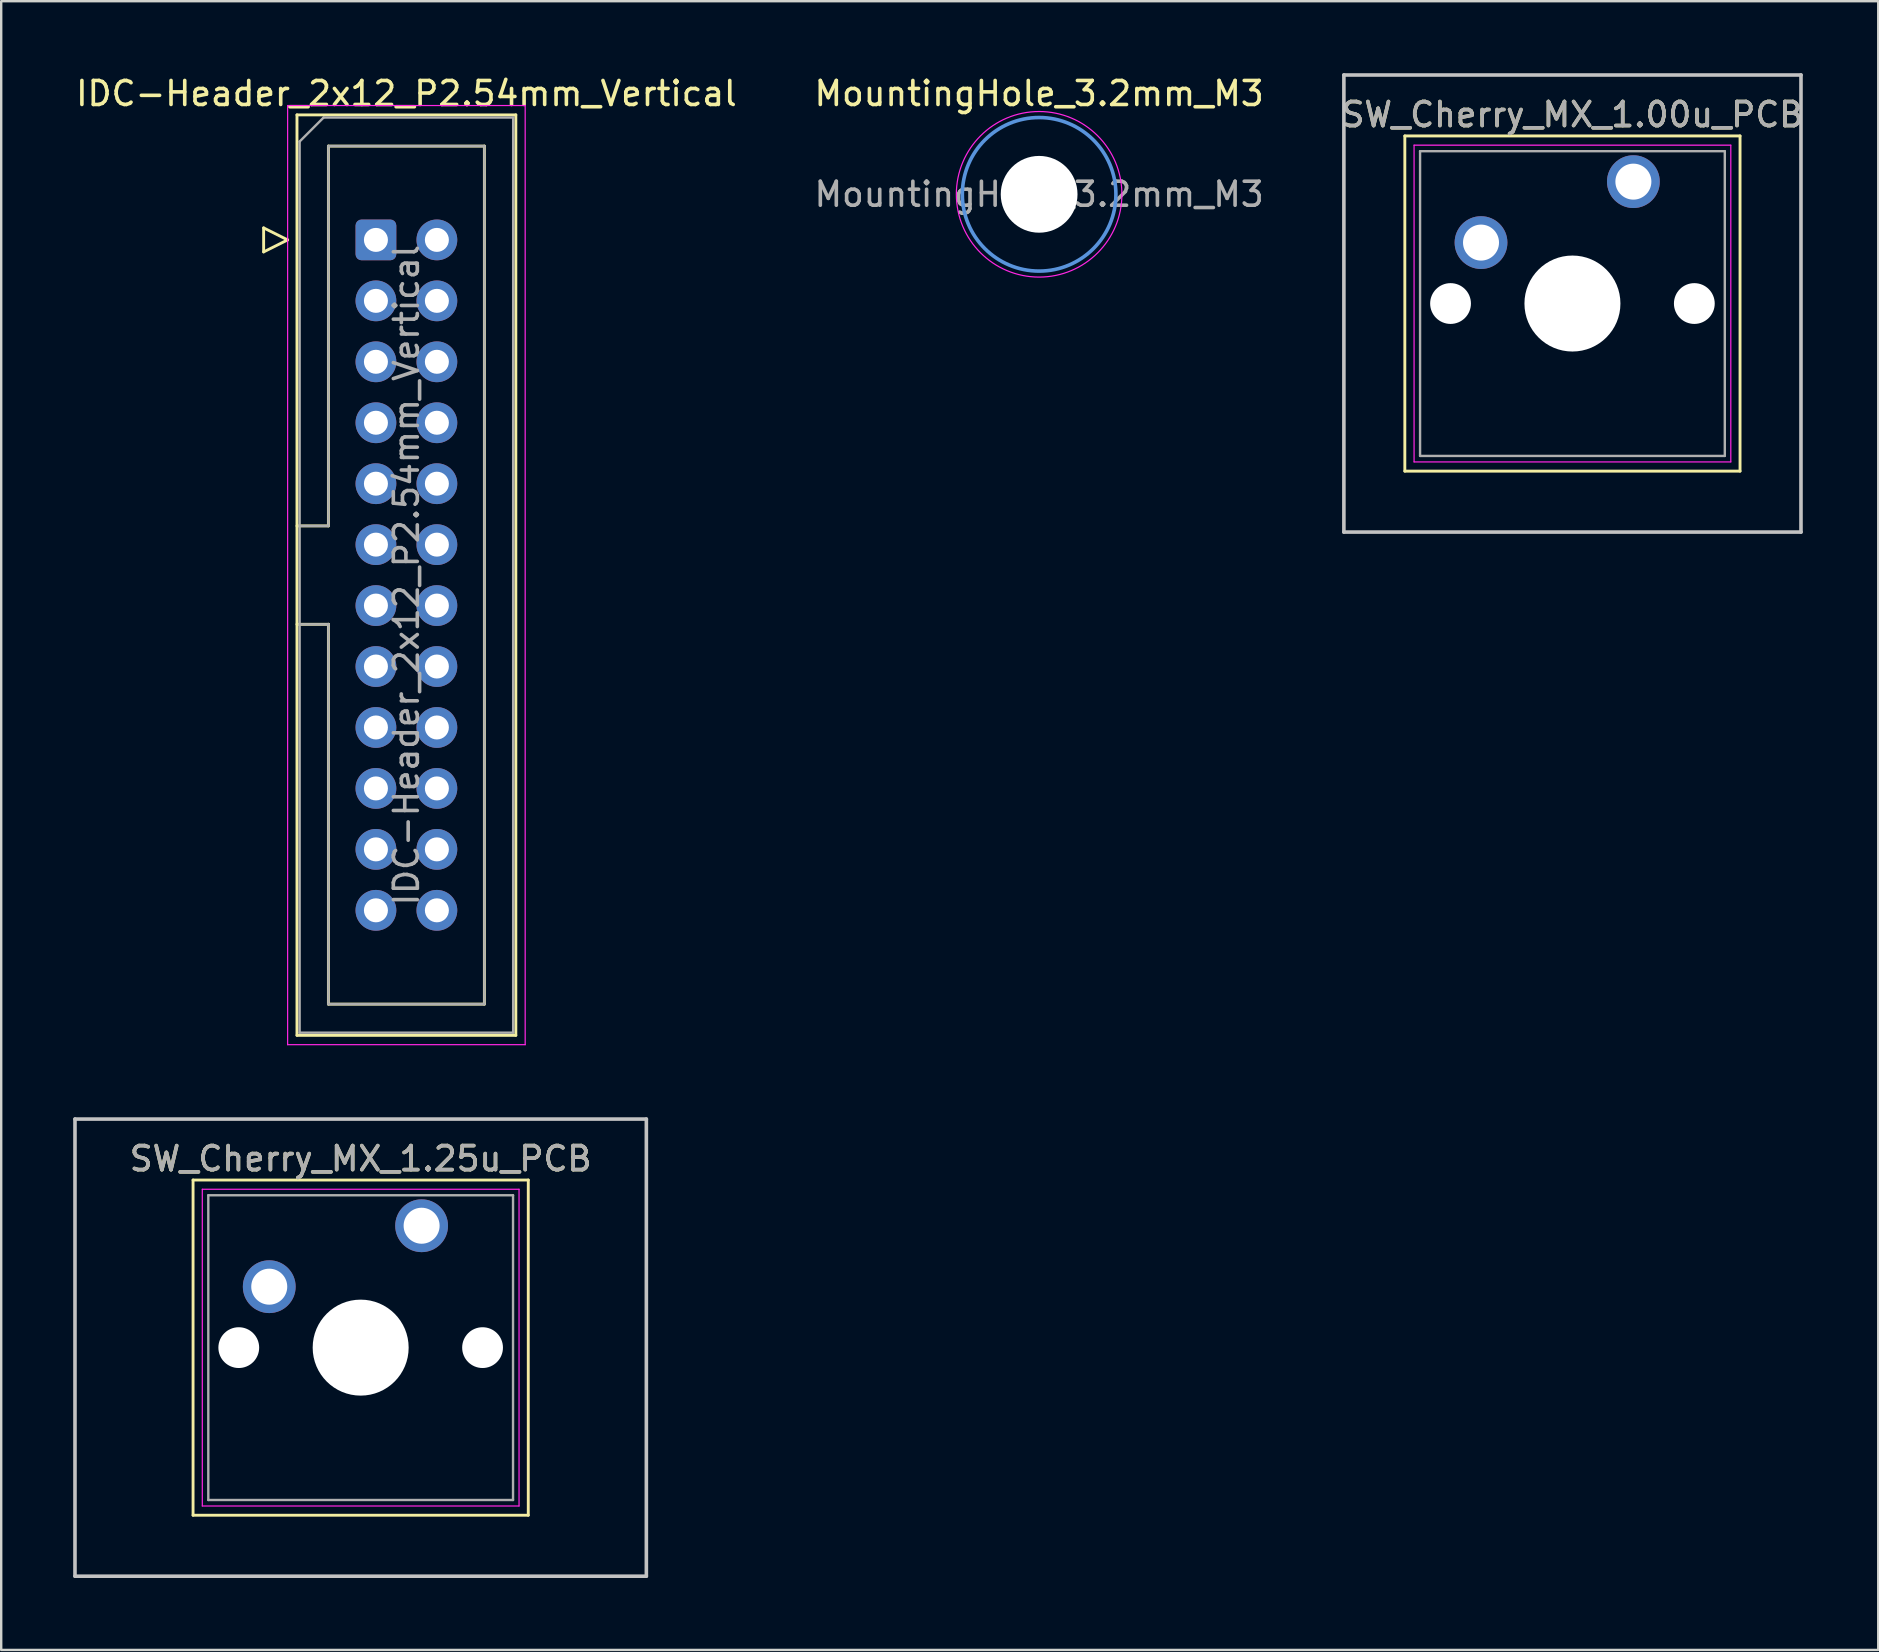
<source format=kicad_pcb>
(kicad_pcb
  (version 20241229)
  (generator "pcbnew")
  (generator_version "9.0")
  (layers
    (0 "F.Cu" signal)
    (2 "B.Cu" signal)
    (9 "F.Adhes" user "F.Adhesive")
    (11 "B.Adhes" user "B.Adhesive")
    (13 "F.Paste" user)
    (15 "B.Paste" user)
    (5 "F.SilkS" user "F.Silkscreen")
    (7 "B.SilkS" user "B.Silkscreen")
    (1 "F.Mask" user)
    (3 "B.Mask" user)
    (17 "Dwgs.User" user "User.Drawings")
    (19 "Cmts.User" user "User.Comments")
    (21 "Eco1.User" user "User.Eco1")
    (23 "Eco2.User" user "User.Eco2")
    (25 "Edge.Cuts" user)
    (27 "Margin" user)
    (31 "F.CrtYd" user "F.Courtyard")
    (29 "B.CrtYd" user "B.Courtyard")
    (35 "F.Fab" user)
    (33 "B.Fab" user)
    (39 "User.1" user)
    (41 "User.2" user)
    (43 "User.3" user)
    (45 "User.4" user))
  (footprint "IDC-Header_2x12_P2.54mm_Vertical"
    (layer "F.Cu")
    (at 12.617 6.948)
    (property "Reference" "IDC-Header_2x12_P2.54mm_Vertical" (at 1.27 -6.1 0) (layer "F.SilkS") (effects (font (size 1 1) (thickness 0.15))))
    (attr through_hole)
    (fp_line (start -4.68 -0.5) (end -4.68 0.5) (stroke (width 0.12) (type solid)) (layer "F.SilkS"))
    (fp_line (start -4.68 0.5) (end -3.68 0) (stroke (width 0.12) (type solid)) (layer "F.SilkS"))
    (fp_line (start -3.68 0) (end -4.68 -0.5) (stroke (width 0.12) (type solid)) (layer "F.SilkS"))
    (fp_line (start -3.29 -5.21) (end 5.83 -5.21) (stroke (width 0.12) (type solid)) (layer "F.SilkS"))
    (fp_line (start -3.29 11.92) (end -1.98 11.92) (stroke (width 0.12) (type solid)) (layer "F.SilkS"))
    (fp_line (start -3.29 33.15) (end -3.29 -5.21) (stroke (width 0.12) (type solid)) (layer "F.SilkS"))
    (fp_line (start -1.98 -3.91) (end 4.52 -3.91) (stroke (width 0.12) (type solid)) (layer "F.SilkS"))
    (fp_line (start -1.98 11.92) (end -1.98 -3.91) (stroke (width 0.12) (type solid)) (layer "F.SilkS"))
    (fp_line (start -1.98 16.02) (end -3.29 16.02) (stroke (width 0.12) (type solid)) (layer "F.SilkS"))
    (fp_line (start -1.98 16.02) (end -1.98 16.02) (stroke (width 0.12) (type solid)) (layer "F.SilkS"))
    (fp_line (start -1.98 31.85) (end -1.98 16.02) (stroke (width 0.12) (type solid)) (layer "F.SilkS"))
    (fp_line (start 4.52 -3.91) (end 4.52 31.85) (stroke (width 0.12) (type solid)) (layer "F.SilkS"))
    (fp_line (start 4.52 31.85) (end -1.98 31.85) (stroke (width 0.12) (type solid)) (layer "F.SilkS"))
    (fp_line (start 5.83 -5.21) (end 5.83 33.15) (stroke (width 0.12) (type solid)) (layer "F.SilkS"))
    (fp_line (start 5.83 33.15) (end -3.29 33.15) (stroke (width 0.12) (type solid)) (layer "F.SilkS"))
    (fp_line (start -3.68 -5.6) (end -3.68 33.54) (stroke (width 0.05) (type solid)) (layer "F.CrtYd"))
    (fp_line (start -3.68 33.54) (end 6.22 33.54) (stroke (width 0.05) (type solid)) (layer "F.CrtYd"))
    (fp_line (start 6.22 -5.6) (end -3.68 -5.6) (stroke (width 0.05) (type solid)) (layer "F.CrtYd"))
    (fp_line (start 6.22 33.54) (end 6.22 -5.6) (stroke (width 0.05) (type solid)) (layer "F.CrtYd"))
    (fp_line (start -3.18 -4.1) (end -2.18 -5.1) (stroke (width 0.1) (type solid)) (layer "F.Fab"))
    (fp_line (start -3.18 11.92) (end -1.98 11.92) (stroke (width 0.1) (type solid)) (layer "F.Fab"))
    (fp_line (start -3.18 33.04) (end -3.18 -4.1) (stroke (width 0.1) (type solid)) (layer "F.Fab"))
    (fp_line (start -2.18 -5.1) (end 5.72 -5.1) (stroke (width 0.1) (type solid)) (layer "F.Fab"))
    (fp_line (start -1.98 -3.91) (end 4.52 -3.91) (stroke (width 0.1) (type solid)) (layer "F.Fab"))
    (fp_line (start -1.98 11.92) (end -1.98 -3.91) (stroke (width 0.1) (type solid)) (layer "F.Fab"))
    (fp_line (start -1.98 16.02) (end -3.18 16.02) (stroke (width 0.1) (type solid)) (layer "F.Fab"))
    (fp_line (start -1.98 16.02) (end -1.98 16.02) (stroke (width 0.1) (type solid)) (layer "F.Fab"))
    (fp_line (start -1.98 31.85) (end -1.98 16.02) (stroke (width 0.1) (type solid)) (layer "F.Fab"))
    (fp_line (start 4.52 -3.91) (end 4.52 31.85) (stroke (width 0.1) (type solid)) (layer "F.Fab"))
    (fp_line (start 4.52 31.85) (end -1.98 31.85) (stroke (width 0.1) (type solid)) (layer "F.Fab"))
    (fp_line (start 5.72 -5.1) (end 5.72 33.04) (stroke (width 0.1) (type solid)) (layer "F.Fab"))
    (fp_line (start 5.72 33.04) (end -3.18 33.04) (stroke (width 0.1) (type solid)) (layer "F.Fab"))
    (fp_text user "${REFERENCE}" (at 1.27 13.97 90) (layer "F.Fab") (effects (font (size 1 1) (thickness 0.15))))
    (pad "1" thru_hole roundrect (at 0 0 180) (size 1.7 1.7) (drill 1) (layers "*.Cu" "*.Mask") (roundrect_rratio 0.147))
    (pad "2" thru_hole circle (at 2.54 0 180) (size 1.7 1.7) (drill 1) (layers "*.Cu" "*.Mask"))
    (pad "3" thru_hole circle (at 0 2.54 180) (size 1.7 1.7) (drill 1) (layers "*.Cu" "*.Mask"))
    (pad "4" thru_hole circle (at 2.54 2.54 180) (size 1.7 1.7) (drill 1) (layers "*.Cu" "*.Mask"))
    (pad "5" thru_hole circle (at 0 5.08 180) (size 1.7 1.7) (drill 1) (layers "*.Cu" "*.Mask"))
    (pad "6" thru_hole circle (at 2.54 5.08 180) (size 1.7 1.7) (drill 1) (layers "*.Cu" "*.Mask"))
    (pad "7" thru_hole circle (at 0 7.62 180) (size 1.7 1.7) (drill 1) (layers "*.Cu" "*.Mask"))
    (pad "8" thru_hole circle (at 2.54 7.62 180) (size 1.7 1.7) (drill 1) (layers "*.Cu" "*.Mask"))
    (pad "9" thru_hole circle (at 0 10.16 180) (size 1.7 1.7) (drill 1) (layers "*.Cu" "*.Mask"))
    (pad "10" thru_hole circle (at 2.54 10.16 180) (size 1.7 1.7) (drill 1) (layers "*.Cu" "*.Mask"))
    (pad "11" thru_hole circle (at 0 12.7 180) (size 1.7 1.7) (drill 1) (layers "*.Cu" "*.Mask"))
    (pad "12" thru_hole circle (at 2.54 12.7 180) (size 1.7 1.7) (drill 1) (layers "*.Cu" "*.Mask"))
    (pad "13" thru_hole circle (at 0 15.24 180) (size 1.7 1.7) (drill 1) (layers "*.Cu" "*.Mask"))
    (pad "14" thru_hole circle (at 2.54 15.24 180) (size 1.7 1.7) (drill 1) (layers "*.Cu" "*.Mask"))
    (pad "15" thru_hole circle (at 0 17.78 180) (size 1.7 1.7) (drill 1) (layers "*.Cu" "*.Mask"))
    (pad "16" thru_hole circle (at 2.54 17.78 180) (size 1.7 1.7) (drill 1) (layers "*.Cu" "*.Mask"))
    (pad "17" thru_hole circle (at 0 20.32 180) (size 1.7 1.7) (drill 1) (layers "*.Cu" "*.Mask"))
    (pad "18" thru_hole circle (at 2.54 20.32 180) (size 1.7 1.7) (drill 1) (layers "*.Cu" "*.Mask"))
    (pad "19" thru_hole circle (at 0 22.86 180) (size 1.7 1.7) (drill 1) (layers "*.Cu" "*.Mask"))
    (pad "20" thru_hole circle (at 2.54 22.86 180) (size 1.7 1.7) (drill 1) (layers "*.Cu" "*.Mask"))
    (pad "21" thru_hole circle (at 0 25.4 180) (size 1.7 1.7) (drill 1) (layers "*.Cu" "*.Mask"))
    (pad "22" thru_hole circle (at 2.54 25.4 180) (size 1.7 1.7) (drill 1) (layers "*.Cu" "*.Mask"))
    (pad "23" thru_hole circle (at 0 27.94 180) (size 1.7 1.7) (drill 1) (layers "*.Cu" "*.Mask"))
    (pad "24" thru_hole circle (at 2.54 27.94 180) (size 1.7 1.7) (drill 1) (layers "*.Cu" "*.Mask")))
  (footprint "MountingHole_3.2mm_M3"
    (layer "F.Cu")
    (at 40.256 5.048)
    (property "Reference" "MountingHole_3.2mm_M3" (at 0 -4.2 0) (layer "F.SilkS") (effects (font (size 1 1) (thickness 0.15))))
    (attr board_only exclude_from_pos_files exclude_from_bom)
    (fp_circle (center 0 0) (end 3.2 0) (stroke (width 0.15) (type solid)) (fill no) (layer "Cmts.User"))
    (fp_circle (center 0 0) (end 3.45 0) (stroke (width 0.05) (type solid)) (fill no) (layer "F.CrtYd"))
    (fp_text user "${REFERENCE}" (at 0 0 0) (layer "F.Fab") (effects (font (size 1 1) (thickness 0.15))))
    (pad "" np_thru_hole circle (at 0 0) (size 3.2 3.2) (drill 3.2) (layers "*.Cu" "*.Mask")))
  (footprint "SW_Cherry_MX_1.00u_PCB"
    (layer "F.Cu")
    (at 65.022 4.52)
    (property "Reference" "SW_Cherry_MX_1.00u_PCB" (at -2.54 -2.794 0) (layer "F.SilkS") (effects (font (size 1 1) (thickness 0.15))))
    (attr through_hole)
    (fp_line (start -9.525 -1.905) (end 4.445 -1.905) (stroke (width 0.12) (type solid)) (layer "F.SilkS"))
    (fp_line (start -9.525 12.065) (end -9.525 -1.905) (stroke (width 0.12) (type solid)) (layer "F.SilkS"))
    (fp_line (start 4.445 -1.905) (end 4.445 12.065) (stroke (width 0.12) (type solid)) (layer "F.SilkS"))
    (fp_line (start 4.445 12.065) (end -9.525 12.065) (stroke (width 0.12) (type solid)) (layer "F.SilkS"))
    (fp_line (start -12.065 -4.445) (end 6.985 -4.445) (stroke (width 0.15) (type solid)) (layer "Dwgs.User"))
    (fp_line (start -12.065 14.605) (end -12.065 -4.445) (stroke (width 0.15) (type solid)) (layer "Dwgs.User"))
    (fp_line (start 6.985 -4.445) (end 6.985 14.605) (stroke (width 0.15) (type solid)) (layer "Dwgs.User"))
    (fp_line (start 6.985 14.605) (end -12.065 14.605) (stroke (width 0.15) (type solid)) (layer "Dwgs.User"))
    (fp_line (start -9.14 -1.52) (end 4.06 -1.52) (stroke (width 0.05) (type solid)) (layer "F.CrtYd"))
    (fp_line (start -9.14 11.68) (end -9.14 -1.52) (stroke (width 0.05) (type solid)) (layer "F.CrtYd"))
    (fp_line (start 4.06 -1.52) (end 4.06 11.68) (stroke (width 0.05) (type solid)) (layer "F.CrtYd"))
    (fp_line (start 4.06 11.68) (end -9.14 11.68) (stroke (width 0.05) (type solid)) (layer "F.CrtYd"))
    (fp_line (start -8.89 -1.27) (end 3.81 -1.27) (stroke (width 0.1) (type solid)) (layer "F.Fab"))
    (fp_line (start -8.89 11.43) (end -8.89 -1.27) (stroke (width 0.1) (type solid)) (layer "F.Fab"))
    (fp_line (start 3.81 -1.27) (end 3.81 11.43) (stroke (width 0.1) (type solid)) (layer "F.Fab"))
    (fp_line (start 3.81 11.43) (end -8.89 11.43) (stroke (width 0.1) (type solid)) (layer "F.Fab"))
    (fp_text user "${REFERENCE}" (at -2.54 -2.794 0) (layer "F.Fab") (effects (font (size 1 1) (thickness 0.15))))
    (pad "" np_thru_hole circle (at -7.62 5.08) (size 1.7 1.7) (drill 1.7) (layers "*.Cu" "*.Mask"))
    (pad "" np_thru_hole circle (at -2.54 5.08) (size 4 4) (drill 4) (layers "*.Cu" "*.Mask"))
    (pad "" np_thru_hole circle (at 2.54 5.08) (size 1.7 1.7) (drill 1.7) (layers "*.Cu" "*.Mask"))
    (pad "1" thru_hole circle (at 0 0) (size 2.2 2.2) (drill 1.5) (layers "*.Cu" "*.Mask"))
    (pad "2" thru_hole circle (at -6.35 2.54) (size 2.2 2.2) (drill 1.5) (layers "*.Cu" "*.Mask")))
  (footprint "SW_Cherry_MX_1.25u_PCB"
    (layer "F.Cu")
    (at 14.521 48.033)
    (property "Reference" "SW_Cherry_MX_1.25u_PCB" (at -2.54 -2.794 0) (layer "F.SilkS") (effects (font (size 1 1) (thickness 0.15))))
    (attr through_hole)
    (fp_line (start -9.525 -1.905) (end 4.445 -1.905) (stroke (width 0.12) (type solid)) (layer "F.SilkS"))
    (fp_line (start -9.525 12.065) (end -9.525 -1.905) (stroke (width 0.12) (type solid)) (layer "F.SilkS"))
    (fp_line (start 4.445 -1.905) (end 4.445 12.065) (stroke (width 0.12) (type solid)) (layer "F.SilkS"))
    (fp_line (start 4.445 12.065) (end -9.525 12.065) (stroke (width 0.12) (type solid)) (layer "F.SilkS"))
    (fp_line (start -14.446 -4.445) (end 9.366 -4.445) (stroke (width 0.15) (type solid)) (layer "Dwgs.User"))
    (fp_line (start -14.446 14.605) (end -14.446 -4.445) (stroke (width 0.15) (type solid)) (layer "Dwgs.User"))
    (fp_line (start 9.366 -4.445) (end 9.366 14.605) (stroke (width 0.15) (type solid)) (layer "Dwgs.User"))
    (fp_line (start 9.366 14.605) (end -14.446 14.605) (stroke (width 0.15) (type solid)) (layer "Dwgs.User"))
    (fp_line (start -9.14 -1.52) (end 4.06 -1.52) (stroke (width 0.05) (type solid)) (layer "F.CrtYd"))
    (fp_line (start -9.14 11.68) (end -9.14 -1.52) (stroke (width 0.05) (type solid)) (layer "F.CrtYd"))
    (fp_line (start 4.06 -1.52) (end 4.06 11.68) (stroke (width 0.05) (type solid)) (layer "F.CrtYd"))
    (fp_line (start 4.06 11.68) (end -9.14 11.68) (stroke (width 0.05) (type solid)) (layer "F.CrtYd"))
    (fp_line (start -8.89 -1.27) (end 3.81 -1.27) (stroke (width 0.1) (type solid)) (layer "F.Fab"))
    (fp_line (start -8.89 11.43) (end -8.89 -1.27) (stroke (width 0.1) (type solid)) (layer "F.Fab"))
    (fp_line (start 3.81 -1.27) (end 3.81 11.43) (stroke (width 0.1) (type solid)) (layer "F.Fab"))
    (fp_line (start 3.81 11.43) (end -8.89 11.43) (stroke (width 0.1) (type solid)) (layer "F.Fab"))
    (fp_text user "${REFERENCE}" (at -2.54 -2.794 0) (layer "F.Fab") (effects (font (size 1 1) (thickness 0.15))))
    (pad "" np_thru_hole circle (at -7.62 5.08) (size 1.7 1.7) (drill 1.7) (layers "*.Cu" "*.Mask"))
    (pad "" np_thru_hole circle (at -2.54 5.08) (size 4 4) (drill 4) (layers "*.Cu" "*.Mask"))
    (pad "" np_thru_hole circle (at 2.54 5.08) (size 1.7 1.7) (drill 1.7) (layers "*.Cu" "*.Mask"))
    (pad "1" thru_hole circle (at 0 0) (size 2.2 2.2) (drill 1.5) (layers "*.Cu" "*.Mask"))
    (pad "2" thru_hole circle (at -6.35 2.54) (size 2.2 2.2) (drill 1.5) (layers "*.Cu" "*.Mask")))
  (gr_rect
    (start -3 -3)
    (end 75.226 65.713)
    (stroke (width 0.1) (type default))
    (fill no)
    (layer "Edge.Cuts")))
</source>
